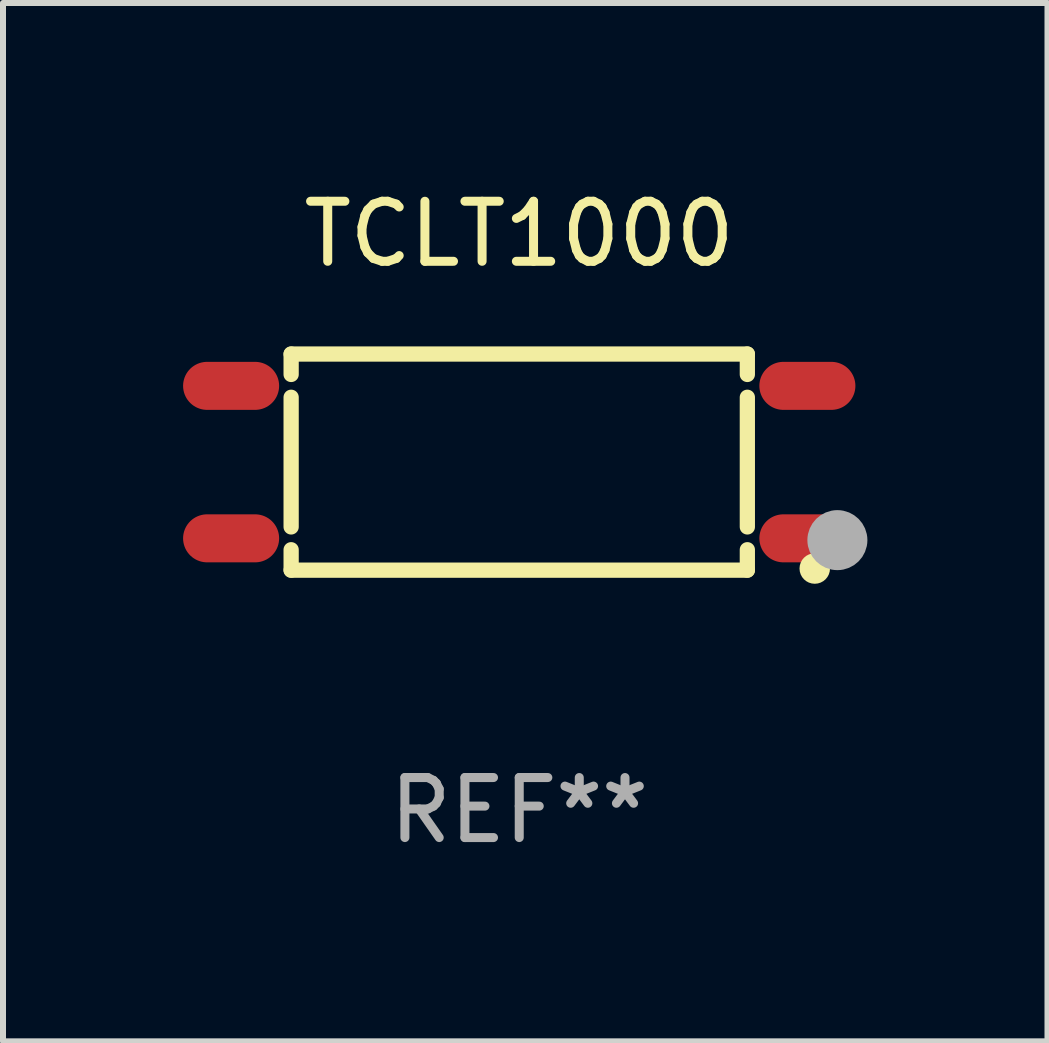
<source format=kicad_pcb>
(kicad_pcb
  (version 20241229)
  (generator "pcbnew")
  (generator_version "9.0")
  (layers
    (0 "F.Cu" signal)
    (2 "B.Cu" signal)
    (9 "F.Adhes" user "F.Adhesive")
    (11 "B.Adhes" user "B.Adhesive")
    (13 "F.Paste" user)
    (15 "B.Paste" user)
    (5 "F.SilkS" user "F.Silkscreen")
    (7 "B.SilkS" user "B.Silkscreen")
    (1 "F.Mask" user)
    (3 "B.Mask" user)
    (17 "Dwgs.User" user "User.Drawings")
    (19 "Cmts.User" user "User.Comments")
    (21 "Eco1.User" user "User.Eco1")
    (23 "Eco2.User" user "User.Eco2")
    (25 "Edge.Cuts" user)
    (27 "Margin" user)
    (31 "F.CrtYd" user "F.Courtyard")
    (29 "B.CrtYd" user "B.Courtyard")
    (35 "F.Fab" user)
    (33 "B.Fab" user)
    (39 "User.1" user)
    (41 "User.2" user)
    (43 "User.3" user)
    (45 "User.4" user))
  (footprint "TCLT1000"
    (layer "F.Cu")
    (at 5.6 4.648)
    (property "Reference" "TCLT1000" (at 0 -3.8 0) (layer "F.SilkS") (effects (font (size 1 1) (thickness 0.15))))
    (attr through_hole)
    (fp_line (start -3.8 -1.8) (end 3.8 -1.8) (stroke (width 0.254) (type solid)) (layer "F.SilkS"))
    (fp_line (start -3.8 -1.46) (end -3.8 -1.8) (stroke (width 0.254) (type solid)) (layer "F.SilkS"))
    (fp_line (start -3.8 1.08) (end -3.8 -1.08) (stroke (width 0.254) (type solid)) (layer "F.SilkS"))
    (fp_line (start -3.8 1.8) (end -3.8 1.46) (stroke (width 0.254) (type solid)) (layer "F.SilkS"))
    (fp_line (start 3.8 -1.8) (end 3.8 -1.46) (stroke (width 0.254) (type solid)) (layer "F.SilkS"))
    (fp_line (start 3.8 -1.08) (end 3.8 1.08) (stroke (width 0.254) (type solid)) (layer "F.SilkS"))
    (fp_line (start 3.8 1.46) (end 3.8 1.8) (stroke (width 0.254) (type solid)) (layer "F.SilkS"))
    (fp_line (start 3.8 1.8) (end -3.8 1.8) (stroke (width 0.254) (type solid)) (layer "F.SilkS"))
    (fp_circle (center 4.923 1.773) (end 5.05 1.773) (stroke (width 0.254) (type solid)) (fill no) (layer "F.SilkS"))
    (fp_circle (center 5.3 1.3) (end 5.55 1.3) (stroke (width 0.5) (type solid)) (fill no) (layer "F.Fab"))
    (fp_text user "REF**" (at 0 5.8 0) (layer "F.Fab") (effects (font (size 1 1) (thickness 0.15))))
    (pad "1" smd oval (at 4.8 1.27 90) (size 0.8 1.6) (layers "F.Cu" "F.Mask" "F.Paste"))
    (pad "2" smd oval (at 4.8 -1.27 90) (size 0.8 1.6) (layers "F.Cu" "F.Mask" "F.Paste"))
    (pad "3" smd oval (at -4.8 -1.27 90) (size 0.8 1.6) (layers "F.Cu" "F.Mask" "F.Paste"))
    (pad "4" smd oval (at -4.8 1.27 90) (size 0.8 1.6) (layers "F.Cu" "F.Mask" "F.Paste")))
  (gr_rect
    (start -3 -3)
    (end 14.4 14.297)
    (stroke (width 0.1) (type default))
    (fill no)
    (layer "Edge.Cuts")))
</source>
